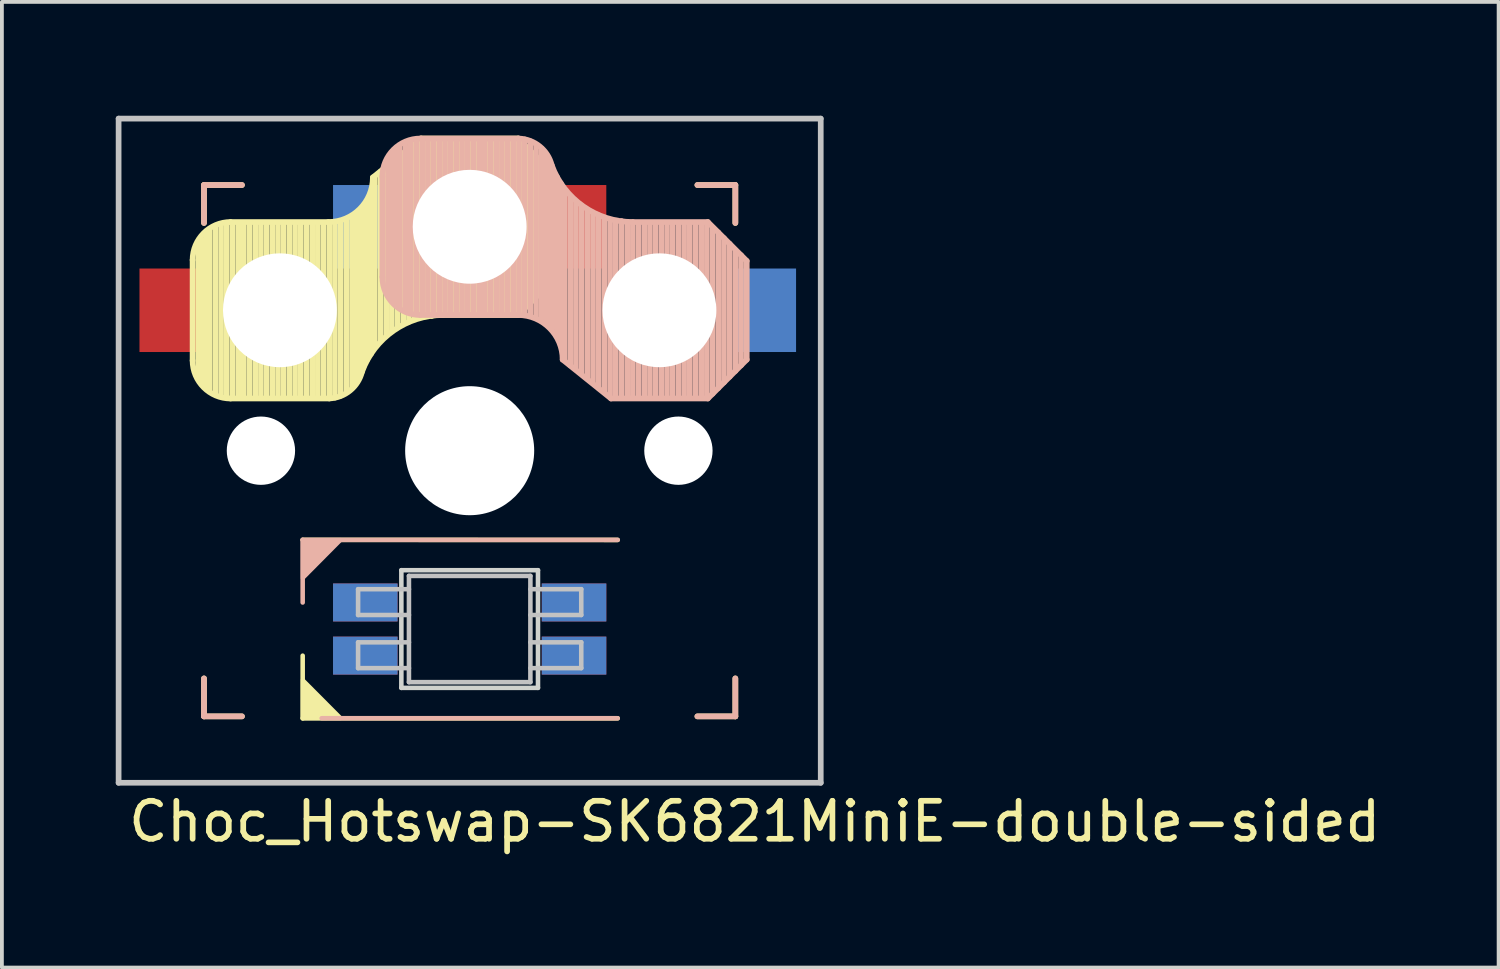
<source format=kicad_pcb>
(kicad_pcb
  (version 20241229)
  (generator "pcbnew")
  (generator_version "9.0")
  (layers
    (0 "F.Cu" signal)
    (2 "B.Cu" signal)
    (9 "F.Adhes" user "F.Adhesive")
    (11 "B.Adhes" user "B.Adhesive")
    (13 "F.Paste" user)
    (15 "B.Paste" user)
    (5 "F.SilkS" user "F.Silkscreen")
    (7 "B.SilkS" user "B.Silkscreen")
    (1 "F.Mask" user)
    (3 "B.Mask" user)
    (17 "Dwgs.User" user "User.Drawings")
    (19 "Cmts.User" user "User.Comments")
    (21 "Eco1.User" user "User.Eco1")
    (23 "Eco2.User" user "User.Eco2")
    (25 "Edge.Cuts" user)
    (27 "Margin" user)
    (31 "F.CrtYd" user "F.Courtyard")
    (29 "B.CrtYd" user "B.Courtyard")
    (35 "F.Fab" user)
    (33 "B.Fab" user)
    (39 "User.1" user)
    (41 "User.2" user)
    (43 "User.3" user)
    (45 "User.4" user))
  (footprint "Choc_Hotswap-SK6821MiniE-double-sided"
    (layer "F.Cu")
    (at 9.325 8.825)
    (property "Reference" "Choc_Hotswap-SK6821MiniE-double-sided" (at 7.51 9.77 0) (layer "F.SilkS") (effects (font (size 1 1) (thickness 0.15))))
    (attr through_hole)
    (fp_line (start -7.3 -5.025) (end -7.3 -2.375) (stroke (width 0.15) (type solid)) (layer "F.SilkS"))
    (fp_line (start -7.15 -1.95) (end -7.15 -5.5) (stroke (width 0.15) (type solid)) (layer "F.SilkS"))
    (fp_line (start -7.05 -1.8) (end -7.05 -5.55) (stroke (width 0.15) (type solid)) (layer "F.SilkS"))
    (fp_line (start -7 -7) (end -7 -6) (stroke (width 0.15) (type solid)) (layer "F.SilkS"))
    (fp_line (start -7 6) (end -7 7) (stroke (width 0.15) (type solid)) (layer "F.SilkS"))
    (fp_line (start -7 7) (end -6 7) (stroke (width 0.15) (type solid)) (layer "F.SilkS"))
    (fp_line (start -6.95 -1.7) (end -6.95 -5.65) (stroke (width 0.15) (type solid)) (layer "F.SilkS"))
    (fp_line (start -6.85 -1.6) (end -6.85 -5.8) (stroke (width 0.15) (type solid)) (layer "F.SilkS"))
    (fp_line (start -6.7 -1.5) (end -6.7 -5.9) (stroke (width 0.15) (type solid)) (layer "F.SilkS"))
    (fp_line (start -6.55 -1.45) (end -6.55 -5.95) (stroke (width 0.15) (type solid)) (layer "F.SilkS"))
    (fp_line (start -6.4 -1.4) (end -6.4 -5.95) (stroke (width 0.15) (type solid)) (layer "F.SilkS"))
    (fp_line (start -6.3 -6.025) (end -3.725 -6.025) (stroke (width 0.15) (type solid)) (layer "F.SilkS"))
    (fp_line (start -6.3 -1.375) (end -3.7 -1.375) (stroke (width 0.15) (type solid)) (layer "F.SilkS"))
    (fp_line (start -6.25 -1.4) (end -6.25 -6) (stroke (width 0.15) (type solid)) (layer "F.SilkS"))
    (fp_line (start -6.1 -1.4) (end -6.1 -6) (stroke (width 0.15) (type solid)) (layer "F.SilkS"))
    (fp_line (start -6 -7) (end -7 -7) (stroke (width 0.15) (type solid)) (layer "F.SilkS"))
    (fp_line (start -5.95 -1.4) (end -5.95 -6) (stroke (width 0.15) (type solid)) (layer "F.SilkS"))
    (fp_line (start -5.8 -1.4) (end -5.8 -6) (stroke (width 0.15) (type solid)) (layer "F.SilkS"))
    (fp_line (start -5.65 -1.4) (end -5.65 -6) (stroke (width 0.15) (type solid)) (layer "F.SilkS"))
    (fp_line (start -5.5 -1.4) (end -5.5 -6) (stroke (width 0.15) (type solid)) (layer "F.SilkS"))
    (fp_line (start -5.35 -1.4) (end -5.35 -6) (stroke (width 0.15) (type solid)) (layer "F.SilkS"))
    (fp_line (start -5.2 -1.4) (end -5.2 -6) (stroke (width 0.15) (type solid)) (layer "F.SilkS"))
    (fp_line (start -5.05 -1.4) (end -5.05 -6) (stroke (width 0.15) (type solid)) (layer "F.SilkS"))
    (fp_line (start -4.9 -1.4) (end -4.9 -6) (stroke (width 0.15) (type solid)) (layer "F.SilkS"))
    (fp_line (start -4.75 -1.4) (end -4.75 -6) (stroke (width 0.15) (type solid)) (layer "F.SilkS"))
    (fp_line (start -4.6 -1.4) (end -4.6 -6) (stroke (width 0.15) (type solid)) (layer "F.SilkS"))
    (fp_line (start -4.45 -1.4) (end -4.45 -6) (stroke (width 0.15) (type solid)) (layer "F.SilkS"))
    (fp_line (start -4.4 2.349) (end 3.9 2.352) (stroke (width 0.12) (type solid)) (layer "F.SilkS"))
    (fp_line (start -4.4 7.052) (end -4.4 5.401) (stroke (width 0.12) (type solid)) (layer "F.SilkS"))
    (fp_line (start -4.3 -1.4) (end -4.3 -6) (stroke (width 0.15) (type solid)) (layer "F.SilkS"))
    (fp_line (start -4.15 -1.4) (end -4.15 -6) (stroke (width 0.15) (type solid)) (layer "F.SilkS"))
    (fp_line (start -4 -1.4) (end -4 -6) (stroke (width 0.15) (type solid)) (layer "F.SilkS"))
    (fp_line (start -3.85 -1.4) (end -3.85 -5.95) (stroke (width 0.15) (type solid)) (layer "F.SilkS"))
    (fp_line (start -3.7 -1.4) (end -3.7 -6) (stroke (width 0.15) (type solid)) (layer "F.SilkS"))
    (fp_line (start -3.55 -1.4) (end -3.55 -6) (stroke (width 0.15) (type solid)) (layer "F.SilkS"))
    (fp_line (start -3.4 -1.45) (end -3.4 -6) (stroke (width 0.15) (type solid)) (layer "F.SilkS"))
    (fp_line (start -3.25 -1.55) (end -3.25 -6.1) (stroke (width 0.15) (type solid)) (layer "F.SilkS"))
    (fp_line (start -3.1 -1.65) (end -3.1 -6.15) (stroke (width 0.15) (type solid)) (layer "F.SilkS"))
    (fp_line (start -3 -1.8) (end -3 -6.2) (stroke (width 0.15) (type solid)) (layer "F.SilkS"))
    (fp_line (start -2.9 -2.05) (end -2.9 -6.25) (stroke (width 0.15) (type solid)) (layer "F.SilkS"))
    (fp_line (start -2.8 -2.2) (end -2.8 -6.35) (stroke (width 0.15) (type solid)) (layer "F.SilkS"))
    (fp_line (start -2.7 -2.4) (end -2.7 -6.55) (stroke (width 0.15) (type solid)) (layer "F.SilkS"))
    (fp_line (start -2.6 -2.55) (end -2.6 -6.7) (stroke (width 0.15) (type solid)) (layer "F.SilkS"))
    (fp_line (start -2.5 -2.75) (end -2.5 -7.2) (stroke (width 0.15) (type solid)) (layer "F.SilkS"))
    (fp_line (start -2.35 -2.9) (end -2.35 -7.35) (stroke (width 0.15) (type solid)) (layer "F.SilkS"))
    (fp_line (start -2.2 -3.05) (end -2.2 -7.45) (stroke (width 0.15) (type solid)) (layer "F.SilkS"))
    (fp_line (start -2.05 -3.15) (end -2.05 -7.55) (stroke (width 0.15) (type solid)) (layer "F.SilkS"))
    (fp_line (start -1.9 -3.25) (end -1.9 -7.7) (stroke (width 0.15) (type solid)) (layer "F.SilkS"))
    (fp_line (start -1.75 -3.35) (end -1.75 -7.8) (stroke (width 0.15) (type solid)) (layer "F.SilkS"))
    (fp_line (start -1.6 -3.4) (end -1.6 -7.95) (stroke (width 0.15) (type solid)) (layer "F.SilkS"))
    (fp_line (start -1.45 -3.5) (end -1.45 -8.05) (stroke (width 0.15) (type solid)) (layer "F.SilkS"))
    (fp_line (start -1.3 -3.55) (end -1.3 -8.15) (stroke (width 0.15) (type solid)) (layer "F.SilkS"))
    (fp_line (start -1.275 -8.225) (end -2.55 -7.2) (stroke (width 0.15) (type solid)) (layer "F.SilkS"))
    (fp_line (start -1.275 -8.225) (end 1.275 -8.225) (stroke (width 0.15) (type solid)) (layer "F.SilkS"))
    (fp_line (start -1.15 -3.55) (end -1.15 -8.2) (stroke (width 0.15) (type solid)) (layer "F.SilkS"))
    (fp_line (start -1 -3.55) (end -1 -8.2) (stroke (width 0.15) (type solid)) (layer "F.SilkS"))
    (fp_line (start -0.85 -3.6) (end -0.85 -8.15) (stroke (width 0.15) (type solid)) (layer "F.SilkS"))
    (fp_line (start -0.7 -3.6) (end -0.7 -8.2) (stroke (width 0.15) (type solid)) (layer "F.SilkS"))
    (fp_line (start -0.7 -3.575) (end 1.275 -3.575) (stroke (width 0.15) (type solid)) (layer "F.SilkS"))
    (fp_line (start -0.55 -3.6) (end -0.55 -8.2) (stroke (width 0.15) (type solid)) (layer "F.SilkS"))
    (fp_line (start -0.4 -3.6) (end -0.4 -8.2) (stroke (width 0.15) (type solid)) (layer "F.SilkS"))
    (fp_line (start -0.25 -3.6) (end -0.25 -8.2) (stroke (width 0.15) (type solid)) (layer "F.SilkS"))
    (fp_line (start -0.1 -3.6) (end -0.1 -8.2) (stroke (width 0.15) (type solid)) (layer "F.SilkS"))
    (fp_line (start 0.05 -3.6) (end 0.05 -8.2) (stroke (width 0.15) (type solid)) (layer "F.SilkS"))
    (fp_line (start 0.2 -3.6) (end 0.2 -8.2) (stroke (width 0.15) (type solid)) (layer "F.SilkS"))
    (fp_line (start 0.35 -3.6) (end 0.35 -8.2) (stroke (width 0.15) (type solid)) (layer "F.SilkS"))
    (fp_line (start 0.5 -3.6) (end 0.5 -8.2) (stroke (width 0.15) (type solid)) (layer "F.SilkS"))
    (fp_line (start 0.65 -3.6) (end 0.65 -8.2) (stroke (width 0.15) (type solid)) (layer "F.SilkS"))
    (fp_line (start 0.8 -3.6) (end 0.8 -8.2) (stroke (width 0.15) (type solid)) (layer "F.SilkS"))
    (fp_line (start 0.95 -3.6) (end 0.95 -8.2) (stroke (width 0.15) (type solid)) (layer "F.SilkS"))
    (fp_line (start 1.1 -3.6) (end 1.1 -8.2) (stroke (width 0.15) (type solid)) (layer "F.SilkS"))
    (fp_line (start 1.25 -3.6) (end 1.25 -8.2) (stroke (width 0.15) (type solid)) (layer "F.SilkS"))
    (fp_line (start 1.4 -3.75) (end 1.4 -8.1) (stroke (width 0.15) (type solid)) (layer "F.SilkS"))
    (fp_line (start 1.55 -3.85) (end 1.55 -7.95) (stroke (width 0.15) (type solid)) (layer "F.SilkS"))
    (fp_line (start 1.7 -4) (end 1.7 -7.8) (stroke (width 0.15) (type solid)) (layer "F.SilkS"))
    (fp_line (start 1.85 -4.15) (end 1.85 -7.65) (stroke (width 0.15) (type solid)) (layer "F.SilkS"))
    (fp_line (start 2 -4.35) (end 2 -7.5) (stroke (width 0.15) (type solid)) (layer "F.SilkS"))
    (fp_line (start 2.15 -4.45) (end 2.15 -7.35) (stroke (width 0.15) (type solid)) (layer "F.SilkS"))
    (fp_line (start 2.3 -7.2) (end 1.275 -8.225) (stroke (width 0.15) (type solid)) (layer "F.SilkS"))
    (fp_line (start 2.3 -7.2) (end 2.3 -4.6) (stroke (width 0.15) (type solid)) (layer "F.SilkS"))
    (fp_line (start 2.3 -4.6) (end 1.275 -3.575) (stroke (width 0.15) (type solid)) (layer "F.SilkS"))
    (fp_line (start 3.9 7.052) (end -4.4 7.052) (stroke (width 0.12) (type solid)) (layer "F.SilkS"))
    (fp_line (start 6 -7) (end 7 -7) (stroke (width 0.15) (type solid)) (layer "F.SilkS"))
    (fp_line (start 7 -7) (end 7 -6) (stroke (width 0.15) (type solid)) (layer "F.SilkS"))
    (fp_line (start 7 6) (end 7 7) (stroke (width 0.15) (type solid)) (layer "F.SilkS"))
    (fp_line (start 7 7) (end 6 7) (stroke (width 0.15) (type solid)) (layer "F.SilkS"))
    (fp_arc (start -7.3 -5.025) (mid -7.007107 -5.732107) (end -6.3 -6.025) (stroke (width 0.15) (type solid)) (layer "F.SilkS"))
    (fp_arc (start -6.3 -1.375) (mid -7.007107 -1.667893) (end -7.3 -2.375) (stroke (width 0.15) (type solid)) (layer "F.SilkS"))
    (fp_arc (start -2.837801 -2.078096) (mid -3.151716 -1.583979) (end -3.699005 -1.376209) (stroke (width 0.15) (type solid)) (layer "F.SilkS"))
    (fp_arc (start -2.837801 -2.078096) (mid -2.004887 -3.163571) (end -0.7 -3.575) (stroke (width 0.15) (type solid)) (layer "F.SilkS"))
    (fp_arc (start -2.55 -7.2) (mid -2.89415 -6.36915) (end -3.725 -6.025) (stroke (width 0.15) (type solid)) (layer "F.SilkS"))
    (fp_poly (pts (xy -3.392 7.049) (xy -4.4 7.052) (xy -4.4 6.036)) (stroke (width 0.1) (type solid)) (fill yes) (layer "F.SilkS"))
    (fp_line (start -7 -7) (end -7 -6) (stroke (width 0.15) (type solid)) (layer "B.SilkS"))
    (fp_line (start -7 6) (end -7 7) (stroke (width 0.15) (type solid)) (layer "B.SilkS"))
    (fp_line (start -7 7) (end -6 7) (stroke (width 0.15) (type solid)) (layer "B.SilkS"))
    (fp_line (start -6 -7) (end -7 -7) (stroke (width 0.15) (type solid)) (layer "B.SilkS"))
    (fp_line (start -4.4 2.349) (end -4.4 4) (stroke (width 0.12) (type solid)) (layer "B.SilkS"))
    (fp_line (start -3.9 7.049) (end 3.9 7.049) (stroke (width 0.12) (type solid)) (layer "B.SilkS"))
    (fp_line (start -2.3 -4.575) (end -2.3 -7.225) (stroke (width 0.15) (type solid)) (layer "B.SilkS"))
    (fp_line (start -2.15 -7.65) (end -2.15 -4.1) (stroke (width 0.15) (type solid)) (layer "B.SilkS"))
    (fp_line (start -2.05 -7.8) (end -2.05 -4.05) (stroke (width 0.15) (type solid)) (layer "B.SilkS"))
    (fp_line (start -1.95 -7.9) (end -1.95 -3.95) (stroke (width 0.15) (type solid)) (layer "B.SilkS"))
    (fp_line (start -1.85 -8) (end -1.85 -3.8) (stroke (width 0.15) (type solid)) (layer "B.SilkS"))
    (fp_line (start -1.7 -8.1) (end -1.7 -3.7) (stroke (width 0.15) (type solid)) (layer "B.SilkS"))
    (fp_line (start -1.55 -8.15) (end -1.55 -3.65) (stroke (width 0.15) (type solid)) (layer "B.SilkS"))
    (fp_line (start -1.4 -8.2) (end -1.4 -3.65) (stroke (width 0.15) (type solid)) (layer "B.SilkS"))
    (fp_line (start -1.3 -8.225) (end 1.3 -8.225) (stroke (width 0.15) (type solid)) (layer "B.SilkS"))
    (fp_line (start -1.3 -3.575) (end 1.275 -3.575) (stroke (width 0.15) (type solid)) (layer "B.SilkS"))
    (fp_line (start -1.25 -8.2) (end -1.25 -3.6) (stroke (width 0.15) (type solid)) (layer "B.SilkS"))
    (fp_line (start -1.1 -8.2) (end -1.1 -3.6) (stroke (width 0.15) (type solid)) (layer "B.SilkS"))
    (fp_line (start -0.95 -8.2) (end -0.95 -3.6) (stroke (width 0.15) (type solid)) (layer "B.SilkS"))
    (fp_line (start -0.8 -8.2) (end -0.8 -3.6) (stroke (width 0.15) (type solid)) (layer "B.SilkS"))
    (fp_line (start -0.65 -8.2) (end -0.65 -3.6) (stroke (width 0.15) (type solid)) (layer "B.SilkS"))
    (fp_line (start -0.5 -8.2) (end -0.5 -3.6) (stroke (width 0.15) (type solid)) (layer "B.SilkS"))
    (fp_line (start -0.35 -8.2) (end -0.35 -3.6) (stroke (width 0.15) (type solid)) (layer "B.SilkS"))
    (fp_line (start -0.2 -8.2) (end -0.2 -3.6) (stroke (width 0.15) (type solid)) (layer "B.SilkS"))
    (fp_line (start -0.05 -8.2) (end -0.05 -3.6) (stroke (width 0.15) (type solid)) (layer "B.SilkS"))
    (fp_line (start 0.1 -8.2) (end 0.1 -3.6) (stroke (width 0.15) (type solid)) (layer "B.SilkS"))
    (fp_line (start 0.25 -8.2) (end 0.25 -3.6) (stroke (width 0.15) (type solid)) (layer "B.SilkS"))
    (fp_line (start 0.4 -8.2) (end 0.4 -3.6) (stroke (width 0.15) (type solid)) (layer "B.SilkS"))
    (fp_line (start 0.55 -8.2) (end 0.55 -3.6) (stroke (width 0.15) (type solid)) (layer "B.SilkS"))
    (fp_line (start 0.7 -8.2) (end 0.7 -3.6) (stroke (width 0.15) (type solid)) (layer "B.SilkS"))
    (fp_line (start 0.85 -8.2) (end 0.85 -3.6) (stroke (width 0.15) (type solid)) (layer "B.SilkS"))
    (fp_line (start 1 -8.2) (end 1 -3.6) (stroke (width 0.15) (type solid)) (layer "B.SilkS"))
    (fp_line (start 1.15 -8.2) (end 1.15 -3.65) (stroke (width 0.15) (type solid)) (layer "B.SilkS"))
    (fp_line (start 1.3 -8.2) (end 1.3 -3.6) (stroke (width 0.15) (type solid)) (layer "B.SilkS"))
    (fp_line (start 1.45 -8.2) (end 1.45 -3.6) (stroke (width 0.15) (type solid)) (layer "B.SilkS"))
    (fp_line (start 1.6 -8.15) (end 1.6 -3.6) (stroke (width 0.15) (type solid)) (layer "B.SilkS"))
    (fp_line (start 1.75 -8.05) (end 1.75 -3.5) (stroke (width 0.15) (type solid)) (layer "B.SilkS"))
    (fp_line (start 1.9 -7.95) (end 1.9 -3.45) (stroke (width 0.15) (type solid)) (layer "B.SilkS"))
    (fp_line (start 2 -7.8) (end 2 -3.4) (stroke (width 0.15) (type solid)) (layer "B.SilkS"))
    (fp_line (start 2.1 -7.55) (end 2.1 -3.35) (stroke (width 0.15) (type solid)) (layer "B.SilkS"))
    (fp_line (start 2.2 -7.4) (end 2.2 -3.25) (stroke (width 0.15) (type solid)) (layer "B.SilkS"))
    (fp_line (start 2.3 -7.2) (end 2.3 -3.05) (stroke (width 0.15) (type solid)) (layer "B.SilkS"))
    (fp_line (start 2.4 -7.05) (end 2.4 -2.9) (stroke (width 0.15) (type solid)) (layer "B.SilkS"))
    (fp_line (start 2.5 -6.85) (end 2.5 -2.4) (stroke (width 0.15) (type solid)) (layer "B.SilkS"))
    (fp_line (start 2.65 -6.7) (end 2.65 -2.25) (stroke (width 0.15) (type solid)) (layer "B.SilkS"))
    (fp_line (start 2.8 -6.55) (end 2.8 -2.15) (stroke (width 0.15) (type solid)) (layer "B.SilkS"))
    (fp_line (start 2.95 -6.45) (end 2.95 -2.05) (stroke (width 0.15) (type solid)) (layer "B.SilkS"))
    (fp_line (start 3.1 -6.35) (end 3.1 -1.9) (stroke (width 0.15) (type solid)) (layer "B.SilkS"))
    (fp_line (start 3.25 -6.25) (end 3.25 -1.8) (stroke (width 0.15) (type solid)) (layer "B.SilkS"))
    (fp_line (start 3.4 -6.2) (end 3.4 -1.65) (stroke (width 0.15) (type solid)) (layer "B.SilkS"))
    (fp_line (start 3.55 -6.1) (end 3.55 -1.55) (stroke (width 0.15) (type solid)) (layer "B.SilkS"))
    (fp_line (start 3.7 -6.05) (end 3.7 -1.45) (stroke (width 0.15) (type solid)) (layer "B.SilkS"))
    (fp_line (start 3.725 -1.375) (end 2.45 -2.4) (stroke (width 0.15) (type solid)) (layer "B.SilkS"))
    (fp_line (start 3.725 -1.375) (end 6.275 -1.375) (stroke (width 0.15) (type solid)) (layer "B.SilkS"))
    (fp_line (start 3.85 -6.05) (end 3.85 -1.4) (stroke (width 0.15) (type solid)) (layer "B.SilkS"))
    (fp_line (start 3.9 2.349) (end -4.4 2.349) (stroke (width 0.12) (type solid)) (layer "B.SilkS"))
    (fp_line (start 4 -6.05) (end 4 -1.4) (stroke (width 0.15) (type solid)) (layer "B.SilkS"))
    (fp_line (start 4.15 -6) (end 4.15 -1.45) (stroke (width 0.15) (type solid)) (layer "B.SilkS"))
    (fp_line (start 4.3 -6.025) (end 6.275 -6.025) (stroke (width 0.15) (type solid)) (layer "B.SilkS"))
    (fp_line (start 4.3 -6) (end 4.3 -1.4) (stroke (width 0.15) (type solid)) (layer "B.SilkS"))
    (fp_line (start 4.45 -6) (end 4.45 -1.4) (stroke (width 0.15) (type solid)) (layer "B.SilkS"))
    (fp_line (start 4.6 -6) (end 4.6 -1.4) (stroke (width 0.15) (type solid)) (layer "B.SilkS"))
    (fp_line (start 4.75 -6) (end 4.75 -1.4) (stroke (width 0.15) (type solid)) (layer "B.SilkS"))
    (fp_line (start 4.9 -6) (end 4.9 -1.4) (stroke (width 0.15) (type solid)) (layer "B.SilkS"))
    (fp_line (start 5.05 -6) (end 5.05 -1.4) (stroke (width 0.15) (type solid)) (layer "B.SilkS"))
    (fp_line (start 5.2 -6) (end 5.2 -1.4) (stroke (width 0.15) (type solid)) (layer "B.SilkS"))
    (fp_line (start 5.35 -6) (end 5.35 -1.4) (stroke (width 0.15) (type solid)) (layer "B.SilkS"))
    (fp_line (start 5.5 -6) (end 5.5 -1.4) (stroke (width 0.15) (type solid)) (layer "B.SilkS"))
    (fp_line (start 5.65 -6) (end 5.65 -1.4) (stroke (width 0.15) (type solid)) (layer "B.SilkS"))
    (fp_line (start 5.8 -6) (end 5.8 -1.4) (stroke (width 0.15) (type solid)) (layer "B.SilkS"))
    (fp_line (start 5.95 -6) (end 5.95 -1.4) (stroke (width 0.15) (type solid)) (layer "B.SilkS"))
    (fp_line (start 6 -7) (end 7 -7) (stroke (width 0.15) (type solid)) (layer "B.SilkS"))
    (fp_line (start 6.1 -6) (end 6.1 -1.4) (stroke (width 0.15) (type solid)) (layer "B.SilkS"))
    (fp_line (start 6.25 -6) (end 6.25 -1.4) (stroke (width 0.15) (type solid)) (layer "B.SilkS"))
    (fp_line (start 6.4 -5.85) (end 6.4 -1.5) (stroke (width 0.15) (type solid)) (layer "B.SilkS"))
    (fp_line (start 6.55 -5.75) (end 6.55 -1.65) (stroke (width 0.15) (type solid)) (layer "B.SilkS"))
    (fp_line (start 6.7 -5.6) (end 6.7 -1.8) (stroke (width 0.15) (type solid)) (layer "B.SilkS"))
    (fp_line (start 6.85 -5.45) (end 6.85 -1.95) (stroke (width 0.15) (type solid)) (layer "B.SilkS"))
    (fp_line (start 7 -7) (end 7 -6) (stroke (width 0.15) (type solid)) (layer "B.SilkS"))
    (fp_line (start 7 -5.25) (end 7 -2.1) (stroke (width 0.15) (type solid)) (layer "B.SilkS"))
    (fp_line (start 7 6) (end 7 7) (stroke (width 0.15) (type solid)) (layer "B.SilkS"))
    (fp_line (start 7 7) (end 6 7) (stroke (width 0.15) (type solid)) (layer "B.SilkS"))
    (fp_line (start 7.15 -5.15) (end 7.15 -2.25) (stroke (width 0.15) (type solid)) (layer "B.SilkS"))
    (fp_line (start 7.3 -5) (end 6.275 -6.025) (stroke (width 0.15) (type solid)) (layer "B.SilkS"))
    (fp_line (start 7.3 -2.4) (end 6.275 -1.375) (stroke (width 0.15) (type solid)) (layer "B.SilkS"))
    (fp_line (start 7.3 -2.4) (end 7.3 -5) (stroke (width 0.15) (type solid)) (layer "B.SilkS"))
    (fp_arc (start -2.3 -7.225) (mid -2.007107 -7.932107) (end -1.3 -8.225) (stroke (width 0.15) (type solid)) (layer "B.SilkS"))
    (fp_arc (start -1.3 -3.575) (mid -2.007107 -3.867893) (end -2.3 -4.575) (stroke (width 0.15) (type solid)) (layer "B.SilkS"))
    (fp_arc (start 1.275 -3.575) (mid 2.10585 -3.23085) (end 2.45 -2.4) (stroke (width 0.15) (type solid)) (layer "B.SilkS"))
    (fp_arc (start 1.300995 -8.223791) (mid 1.848284 -8.016021) (end 2.162199 -7.521904) (stroke (width 0.15) (type solid)) (layer "B.SilkS"))
    (fp_arc (start 4.3 -6.025) (mid 2.995114 -6.436429) (end 2.162199 -7.521904) (stroke (width 0.15) (type solid)) (layer "B.SilkS"))
    (fp_poly (pts (xy -4.4 3.365) (xy -4.4 2.349) (xy -3.392 2.349)) (stroke (width 0.1) (type solid)) (fill yes) (layer "B.SilkS"))
    (fp_line (start -9.25 -8.75) (end 9.25 -8.75) (stroke (width 0.15) (type solid)) (layer "Dwgs.User"))
    (fp_line (start -9.25 8.75) (end -9.25 -8.75) (stroke (width 0.15) (type solid)) (layer "Dwgs.User"))
    (fp_line (start -2.94 3.649) (end -2.94 4.329) (stroke (width 0.12) (type solid)) (layer "Dwgs.User"))
    (fp_line (start -2.94 4.329) (end -1.6 4.329) (stroke (width 0.12) (type solid)) (layer "Dwgs.User"))
    (fp_line (start -2.94 5.049) (end -2.94 5.729) (stroke (width 0.12) (type solid)) (layer "Dwgs.User"))
    (fp_line (start -2.94 5.729) (end -1.6 5.729) (stroke (width 0.12) (type solid)) (layer "Dwgs.User"))
    (fp_line (start -1.6 3.299) (end -1.6 6.099) (stroke (width 0.12) (type solid)) (layer "Dwgs.User"))
    (fp_line (start -1.6 3.299) (end 1.6 3.299) (stroke (width 0.12) (type solid)) (layer "Dwgs.User"))
    (fp_line (start -1.6 3.649) (end -2.94 3.649) (stroke (width 0.12) (type solid)) (layer "Dwgs.User"))
    (fp_line (start -1.6 5.049) (end -2.94 5.049) (stroke (width 0.12) (type solid)) (layer "Dwgs.User"))
    (fp_line (start -1.6 6.099) (end 1.6 6.099) (stroke (width 0.12) (type solid)) (layer "Dwgs.User"))
    (fp_line (start 1.6 3.299) (end 1.6 6.099) (stroke (width 0.12) (type solid)) (layer "Dwgs.User"))
    (fp_line (start 1.6 4.329) (end 2.94 4.329) (stroke (width 0.12) (type solid)) (layer "Dwgs.User"))
    (fp_line (start 1.6 5.729) (end 2.94 5.729) (stroke (width 0.12) (type solid)) (layer "Dwgs.User"))
    (fp_line (start 2.94 3.649) (end 1.6 3.649) (stroke (width 0.12) (type solid)) (layer "Dwgs.User"))
    (fp_line (start 2.94 4.329) (end 2.94 3.649) (stroke (width 0.12) (type solid)) (layer "Dwgs.User"))
    (fp_line (start 2.94 5.049) (end 1.6 5.049) (stroke (width 0.12) (type solid)) (layer "Dwgs.User"))
    (fp_line (start 2.94 5.729) (end 2.94 5.049) (stroke (width 0.12) (type solid)) (layer "Dwgs.User"))
    (fp_line (start 9.25 -8.75) (end 9.25 8.75) (stroke (width 0.15) (type solid)) (layer "Dwgs.User"))
    (fp_line (start 9.25 8.75) (end -9.25 8.75) (stroke (width 0.15) (type solid)) (layer "Dwgs.User"))
    (fp_line (start -1.8 3.149) (end -1.8 6.249) (stroke (width 0.12) (type solid)) (layer "Edge.Cuts"))
    (fp_line (start -1.8 6.249) (end 1.8 6.249) (stroke (width 0.12) (type solid)) (layer "Edge.Cuts"))
    (fp_line (start 1.8 3.149) (end -1.8 3.149) (stroke (width 0.12) (type solid)) (layer "Edge.Cuts"))
    (fp_line (start 1.8 6.249) (end 1.8 3.149) (stroke (width 0.12) (type solid)) (layer "Edge.Cuts"))
    (fp_line (start -8.75 -8.25) (end -8.75 8.25) (stroke (width 0.1) (type solid)) (layer "Margin"))
    (fp_line (start 8.75 -8.25) (end -8.75 -8.25) (stroke (width 0.1) (type solid)) (layer "Margin"))
    (fp_line (start 8.75 -8.25) (end 8.75 8.25) (stroke (width 0.1) (type solid)) (layer "Margin"))
    (fp_line (start 8.75 8.25) (end -8.75 8.25) (stroke (width 0.1) (type solid)) (layer "Margin"))
    (pad "" np_thru_hole circle (at -5.5 0 270) (size 1.8 1.8) (drill 1.8) (layers "*.Cu" "*.Mask"))
    (pad "" np_thru_hole circle (at -5 -3.7 90) (size 3 3) (drill 3) (layers "*.Cu" "*.Mask"))
    (pad "" np_thru_hole circle (at 0 -5.9 270) (size 3 3) (drill 3) (layers "*.Cu" "*.Mask"))
    (pad "" np_thru_hole circle (at 0 0 270) (size 3.4 3.4) (drill 3.4) (layers "*.Cu" "*.Mask"))
    (pad "" np_thru_hole circle (at 5 -3.7 270) (size 3 3) (drill 3) (layers "*.Cu" "*.Mask"))
    (pad "" np_thru_hole circle (at 5.5 0 270) (size 1.8 1.8) (drill 1.8) (layers "*.Cu" "*.Mask"))
    (pad "1" smd rect (at 2.75 3.999) (size 1.7 1) (layers "F.Cu" "F.Mask" "F.Paste"))
    (pad "1" smd rect (at 2.75 5.399) (size 1.7 1) (layers "B.Cu" "B.Mask" "B.Paste"))
    (pad "2" smd rect (at 2.75 3.999) (size 1.7 1) (layers "B.Cu" "B.Mask" "B.Paste"))
    (pad "2" smd rect (at 2.75 5.399) (size 1.7 1) (layers "F.Cu" "F.Mask" "F.Paste"))
    (pad "3" smd rect (at -2.75 3.999) (size 1.7 1) (layers "B.Cu" "B.Mask" "B.Paste"))
    (pad "3" smd rect (at -2.75 5.399) (size 1.7 1) (layers "F.Cu" "F.Mask" "F.Paste"))
    (pad "4" smd rect (at -2.75 3.999) (size 1.7 1) (layers "F.Cu" "F.Mask" "F.Paste"))
    (pad "4" smd rect (at -2.75 5.399) (size 1.7 1) (layers "B.Cu" "B.Mask" "B.Paste"))
    (pad "5" smd rect (at -2.8 -5.9) (size 1.6 2.2) (layers "B.Cu" "B.Mask" "B.Paste"))
    (pad "5" smd rect (at 2.8 -5.9) (size 1.6 2.2) (layers "F.Cu" "F.Mask" "F.Paste"))
    (pad "6" smd rect (at -7.9 -3.7) (size 1.6 2.2) (layers "F.Cu" "F.Mask" "F.Paste"))
    (pad "6" smd rect (at 7.8 -3.7) (size 1.6 2.2) (layers "B.Cu" "B.Mask" "B.Paste")))
  (gr_rect
    (start -3 -3)
    (end 36.436 22.443)
    (stroke (width 0.1) (type default))
    (fill no)
    (layer "Edge.Cuts")))
</source>
